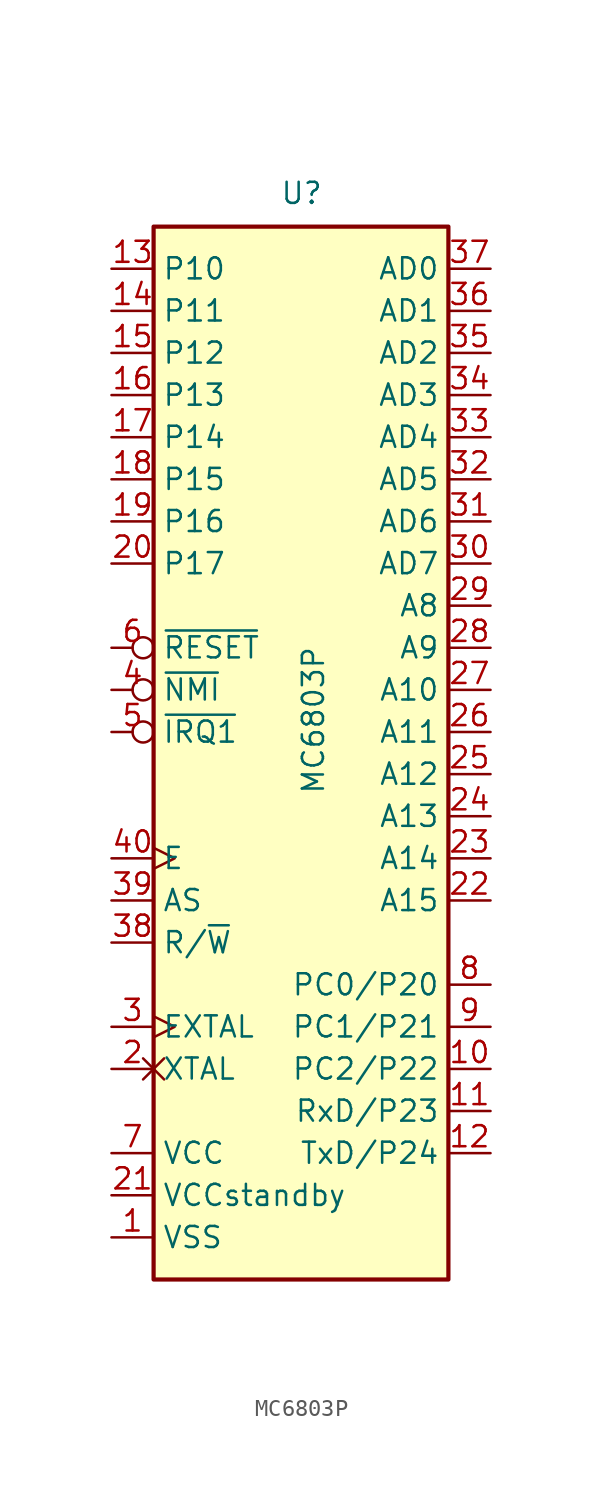
<source format=kicad_sym>
(kicad_symbol_lib
  (version 20220914)
  (generator kicad_symbol_editor)
  (symbol "MC6803P"
    (property "Reference" "U"
      (at -1.27 31.75 0)
      (effects (font (size 1.27 1.27)) (justify left bottom)))
    (property "Value" "MC6803P"
      (at 0 -3.81 90)
      (effects (font (size 1.27 1.27)) (justify left top)))
    (symbol "MC6803P_0_1"
      (rectangle (start -8.89 -33.02) (end 8.89 30.48) (stroke (width 0.254) (type default)) (fill (type background))))
    (symbol "MC6803P_1_1"
      (pin power_in line (at -11.43 -30.48 0) (length 2.54) (name "VSS" (effects (font (size 1.27 1.27)))) (number "1" (effects (font (size 1.27 1.27)))))
      (pin bidirectional line (at 11.43 -20.32 180) (length 2.54) (name "PC2/P22" (effects (font (size 1.27 1.27)))) (number "10" (effects (font (size 1.27 1.27)))))
      (pin input line (at 11.43 -22.86 180) (length 2.54) (name "RxD/P23" (effects (font (size 1.27 1.27)))) (number "11" (effects (font (size 1.27 1.27)))))
      (pin output line (at 11.43 -25.4 180) (length 2.54) (name "TxD/P24" (effects (font (size 1.27 1.27)))) (number "12" (effects (font (size 1.27 1.27)))))
      (pin bidirectional line (at -11.43 27.94 0) (length 2.54) (name "P10" (effects (font (size 1.27 1.27)))) (number "13" (effects (font (size 1.27 1.27)))))
      (pin bidirectional line (at -11.43 25.4 0) (length 2.54) (name "P11" (effects (font (size 1.27 1.27)))) (number "14" (effects (font (size 1.27 1.27)))))
      (pin bidirectional line (at -11.43 22.86 0) (length 2.54) (name "P12" (effects (font (size 1.27 1.27)))) (number "15" (effects (font (size 1.27 1.27)))))
      (pin bidirectional line (at -11.43 20.32 0) (length 2.54) (name "P13" (effects (font (size 1.27 1.27)))) (number "16" (effects (font (size 1.27 1.27)))))
      (pin bidirectional line (at -11.43 17.78 0) (length 2.54) (name "P14" (effects (font (size 1.27 1.27)))) (number "17" (effects (font (size 1.27 1.27)))))
      (pin bidirectional line (at -11.43 15.24 0) (length 2.54) (name "P15" (effects (font (size 1.27 1.27)))) (number "18" (effects (font (size 1.27 1.27)))))
      (pin bidirectional line (at -11.43 12.7 0) (length 2.54) (name "P16" (effects (font (size 1.27 1.27)))) (number "19" (effects (font (size 1.27 1.27)))))
      (pin input non_logic (at -11.43 -20.32 0) (length 2.54) (name "XTAL" (effects (font (size 1.27 1.27)))) (number "2" (effects (font (size 1.27 1.27)))))
      (pin bidirectional line (at -11.43 10.16 0) (length 2.54) (name "P17" (effects (font (size 1.27 1.27)))) (number "20" (effects (font (size 1.27 1.27)))))
      (pin power_in line (at -11.43 -27.94 0) (length 2.54) (name "VCCstandby" (effects (font (size 1.27 1.27)))) (number "21" (effects (font (size 1.27 1.27)))))
      (pin output line (at 11.43 -10.16 180) (length 2.54) (name "A15" (effects (font (size 1.27 1.27)))) (number "22" (effects (font (size 1.27 1.27)))))
      (pin output line (at 11.43 -7.62 180) (length 2.54) (name "A14" (effects (font (size 1.27 1.27)))) (number "23" (effects (font (size 1.27 1.27)))))
      (pin output line (at 11.43 -5.08 180) (length 2.54) (name "A13" (effects (font (size 1.27 1.27)))) (number "24" (effects (font (size 1.27 1.27)))))
      (pin output line (at 11.43 -2.54 180) (length 2.54) (name "A12" (effects (font (size 1.27 1.27)))) (number "25" (effects (font (size 1.27 1.27)))))
      (pin output line (at 11.43 0 180) (length 2.54) (name "A11" (effects (font (size 1.27 1.27)))) (number "26" (effects (font (size 1.27 1.27)))))
      (pin output line (at 11.43 2.54 180) (length 2.54) (name "A10" (effects (font (size 1.27 1.27)))) (number "27" (effects (font (size 1.27 1.27)))))
      (pin output line (at 11.43 5.08 180) (length 2.54) (name "A9" (effects (font (size 1.27 1.27)))) (number "28" (effects (font (size 1.27 1.27)))))
      (pin output line (at 11.43 7.62 180) (length 2.54) (name "A8" (effects (font (size 1.27 1.27)))) (number "29" (effects (font (size 1.27 1.27)))))
      (pin input clock (at -11.43 -17.78 0) (length 2.54) (name "EXTAL" (effects (font (size 1.27 1.27)))) (number "3" (effects (font (size 1.27 1.27)))))
      (pin bidirectional line (at 11.43 10.16 180) (length 2.54) (name "AD7" (effects (font (size 1.27 1.27)))) (number "30" (effects (font (size 1.27 1.27)))))
      (pin bidirectional line (at 11.43 12.7 180) (length 2.54) (name "AD6" (effects (font (size 1.27 1.27)))) (number "31" (effects (font (size 1.27 1.27)))))
      (pin bidirectional line (at 11.43 15.24 180) (length 2.54) (name "AD5" (effects (font (size 1.27 1.27)))) (number "32" (effects (font (size 1.27 1.27)))))
      (pin bidirectional line (at 11.43 17.78 180) (length 2.54) (name "AD4" (effects (font (size 1.27 1.27)))) (number "33" (effects (font (size 1.27 1.27)))))
      (pin bidirectional line (at 11.43 20.32 180) (length 2.54) (name "AD3" (effects (font (size 1.27 1.27)))) (number "34" (effects (font (size 1.27 1.27)))))
      (pin bidirectional line (at 11.43 22.86 180) (length 2.54) (name "AD2" (effects (font (size 1.27 1.27)))) (number "35" (effects (font (size 1.27 1.27)))))
      (pin bidirectional line (at 11.43 25.4 180) (length 2.54) (name "AD1" (effects (font (size 1.27 1.27)))) (number "36" (effects (font (size 1.27 1.27)))))
      (pin bidirectional line (at 11.43 27.94 180) (length 2.54) (name "AD0" (effects (font (size 1.27 1.27)))) (number "37" (effects (font (size 1.27 1.27)))))
      (pin output line (at -11.43 -12.7 0) (length 2.54) (name "R/~{W}" (effects (font (size 1.27 1.27)))) (number "38" (effects (font (size 1.27 1.27)))))
      (pin output line (at -11.43 -10.16 0) (length 2.54) (name "AS" (effects (font (size 1.27 1.27)))) (number "39" (effects (font (size 1.27 1.27)))))
      (pin input inverted (at -11.43 2.54 0) (length 2.54) (name "~{NMI}" (effects (font (size 1.27 1.27)))) (number "4" (effects (font (size 1.27 1.27)))))
      (pin output clock (at -11.43 -7.62 0) (length 2.54) (name "E" (effects (font (size 1.27 1.27)))) (number "40" (effects (font (size 1.27 1.27)))))
      (pin input inverted (at -11.43 0 0) (length 2.54) (name "~{IRQ1}" (effects (font (size 1.27 1.27)))) (number "5" (effects (font (size 1.27 1.27)))))
      (pin input inverted (at -11.43 5.08 0) (length 2.54) (name "~{RESET}" (effects (font (size 1.27 1.27)))) (number "6" (effects (font (size 1.27 1.27)))))
      (pin power_in line (at -11.43 -25.4 0) (length 2.54) (name "VCC" (effects (font (size 1.27 1.27)))) (number "7" (effects (font (size 1.27 1.27)))))
      (pin bidirectional line (at 11.43 -15.24 180) (length 2.54) (name "PC0/P20" (effects (font (size 1.27 1.27)))) (number "8" (effects (font (size 1.27 1.27)))))
      (pin bidirectional line (at 11.43 -17.78 180) (length 2.54) (name "PC1/P21" (effects (font (size 1.27 1.27)))) (number "9" (effects (font (size 1.27 1.27))))))))
</source>
